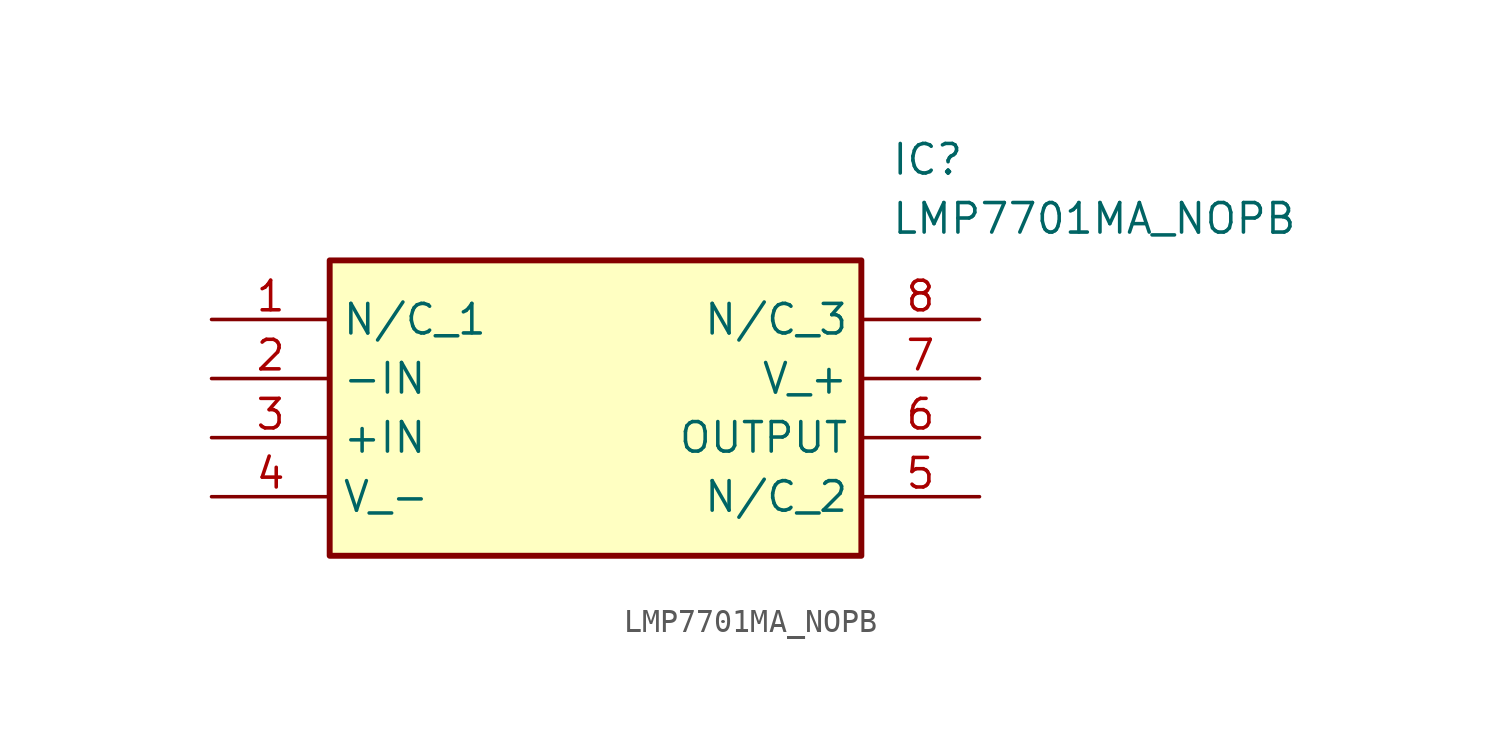
<source format=kicad_sym>
(kicad_symbol_lib
  (version 20211014)
  (generator SamacSys_ECAD_Model)
  (symbol "LMP7701MA_NOPB"
    (property "Reference" "IC"
      (at 29.21 7.62 0)
      (effects (font (size 1.27 1.27)) (justify left top)))
    (property "Value" "LMP7701MA_NOPB"
      (at 29.21 5.08 0)
      (effects (font (size 1.27 1.27)) (justify left top)))
    (rectangle
      (start 5.08 2.54)
      (end 27.94 -10.16)
      (stroke (width 0.254) (type default))
      (fill (type background)))
    (pin passive line
      (at 0 0 0)
      (length 5.08)
      (name "N/C_1" (effects (font (size 1.27 1.27))))
      (number "1" (effects (font (size 1.27 1.27)))))
    (pin passive line
      (at 0 -2.54 0)
      (length 5.08)
      (name "-IN" (effects (font (size 1.27 1.27))))
      (number "2" (effects (font (size 1.27 1.27)))))
    (pin passive line
      (at 0 -5.08 0)
      (length 5.08)
      (name "+IN" (effects (font (size 1.27 1.27))))
      (number "3" (effects (font (size 1.27 1.27)))))
    (pin passive line
      (at 0 -7.62 0)
      (length 5.08)
      (name "V_-" (effects (font (size 1.27 1.27))))
      (number "4" (effects (font (size 1.27 1.27)))))
    (pin passive line
      (at 33.02 0 180)
      (length 5.08)
      (name "N/C_3" (effects (font (size 1.27 1.27))))
      (number "8" (effects (font (size 1.27 1.27)))))
    (pin passive line
      (at 33.02 -2.54 180)
      (length 5.08)
      (name "V_+" (effects (font (size 1.27 1.27))))
      (number "7" (effects (font (size 1.27 1.27)))))
    (pin passive line
      (at 33.02 -5.08 180)
      (length 5.08)
      (name "OUTPUT" (effects (font (size 1.27 1.27))))
      (number "6" (effects (font (size 1.27 1.27)))))
    (pin passive line
      (at 33.02 -7.62 180)
      (length 5.08)
      (name "N/C_2" (effects (font (size 1.27 1.27))))
      (number "5" (effects (font (size 1.27 1.27)))))))
</source>
